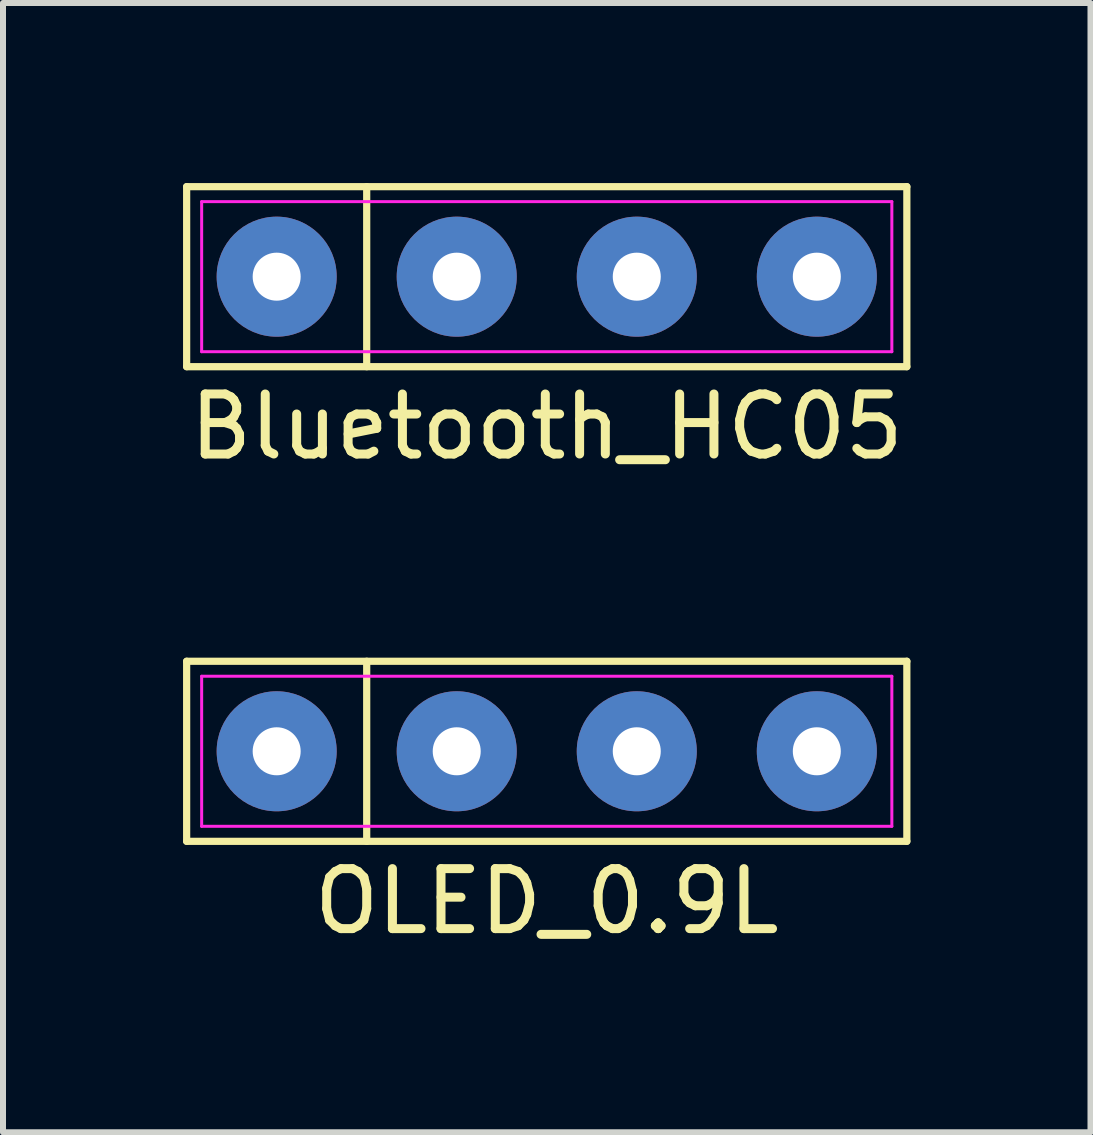
<source format=kicad_pcb>
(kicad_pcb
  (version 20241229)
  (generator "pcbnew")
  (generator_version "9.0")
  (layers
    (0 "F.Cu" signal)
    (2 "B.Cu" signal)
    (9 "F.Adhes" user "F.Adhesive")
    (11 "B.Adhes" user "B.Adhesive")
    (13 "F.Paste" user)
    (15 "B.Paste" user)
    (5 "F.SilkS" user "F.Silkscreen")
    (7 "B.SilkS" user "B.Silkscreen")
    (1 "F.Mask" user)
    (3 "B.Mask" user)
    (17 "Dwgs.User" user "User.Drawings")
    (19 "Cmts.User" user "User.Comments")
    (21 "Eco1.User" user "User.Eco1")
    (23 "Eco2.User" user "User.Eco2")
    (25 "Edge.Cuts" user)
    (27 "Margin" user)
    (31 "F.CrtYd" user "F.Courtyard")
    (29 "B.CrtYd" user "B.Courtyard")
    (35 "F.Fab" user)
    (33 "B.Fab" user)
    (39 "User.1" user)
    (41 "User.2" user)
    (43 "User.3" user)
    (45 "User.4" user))
  (footprint "Bluetooth_HC05"
    (layer "F.Cu")
    (at 6.06 1.56)
    (property "Reference" "Bluetooth_HC05" (at 0 2.5 0) (layer "F.SilkS") (effects (font (size 1 1) (thickness 0.15))))
    (attr through_hole)
    (fp_line (start -6 -1.5) (end 6 -1.5) (stroke (width 0.12) (type solid)) (layer "F.SilkS"))
    (fp_line (start -6 1.5) (end -6 -1.5) (stroke (width 0.12) (type solid)) (layer "F.SilkS"))
    (fp_line (start -3 -1.5) (end -3 1.5) (stroke (width 0.12) (type solid)) (layer "F.SilkS"))
    (fp_line (start 6 -1.5) (end 6 1.5) (stroke (width 0.12) (type solid)) (layer "F.SilkS"))
    (fp_line (start 6 1.5) (end -6 1.5) (stroke (width 0.12) (type solid)) (layer "F.SilkS"))
    (fp_line (start -5.75 -1.25) (end 5.75 -1.25) (stroke (width 0.05) (type solid)) (layer "F.CrtYd"))
    (fp_line (start -5.75 1.25) (end -5.75 -1.25) (stroke (width 0.05) (type solid)) (layer "F.CrtYd"))
    (fp_line (start 5.75 -1.25) (end 5.75 1.25) (stroke (width 0.05) (type solid)) (layer "F.CrtYd"))
    (fp_line (start 5.75 1.25) (end -5.75 1.25) (stroke (width 0.05) (type solid)) (layer "F.CrtYd"))
    (pad "1" thru_hole circle (at -4.5 0) (size 2 2) (drill 0.8) (layers "*.Cu" "*.Mask"))
    (pad "2" thru_hole circle (at -1.5 0) (size 2 2) (drill 0.8) (layers "*.Cu" "*.Mask"))
    (pad "3" thru_hole circle (at 1.5 0) (size 2 2) (drill 0.8) (layers "*.Cu" "*.Mask"))
    (pad "4" thru_hole circle (at 4.5 0) (size 2 2) (drill 0.8) (layers "*.Cu" "*.Mask")))
  (footprint "OLED_0.9L"
    (layer "F.Cu")
    (at 6.06 9.468)
    (property "Reference" "OLED_0.9L" (at 0 2.5 0) (layer "F.SilkS") (effects (font (size 1 1) (thickness 0.15))))
    (attr through_hole)
    (fp_line (start -6 -1.5) (end 6 -1.5) (stroke (width 0.12) (type solid)) (layer "F.SilkS"))
    (fp_line (start -6 1.5) (end -6 -1.5) (stroke (width 0.12) (type solid)) (layer "F.SilkS"))
    (fp_line (start -3 -1.5) (end -3 1.5) (stroke (width 0.12) (type solid)) (layer "F.SilkS"))
    (fp_line (start 6 -1.5) (end 6 1.5) (stroke (width 0.12) (type solid)) (layer "F.SilkS"))
    (fp_line (start 6 1.5) (end -6 1.5) (stroke (width 0.12) (type solid)) (layer "F.SilkS"))
    (fp_line (start -5.75 -1.25) (end 5.75 -1.25) (stroke (width 0.05) (type solid)) (layer "F.CrtYd"))
    (fp_line (start -5.75 1.25) (end -5.75 -1.25) (stroke (width 0.05) (type solid)) (layer "F.CrtYd"))
    (fp_line (start 5.75 -1.25) (end 5.75 1.25) (stroke (width 0.05) (type solid)) (layer "F.CrtYd"))
    (fp_line (start 5.75 1.25) (end -5.75 1.25) (stroke (width 0.05) (type solid)) (layer "F.CrtYd"))
    (pad "1" thru_hole circle (at -4.5 0) (size 2 2) (drill 0.8) (layers "*.Cu" "*.Mask"))
    (pad "2" thru_hole circle (at -1.5 0) (size 2 2) (drill 0.8) (layers "*.Cu" "*.Mask"))
    (pad "3" thru_hole circle (at 1.5 0) (size 2 2) (drill 0.8) (layers "*.Cu" "*.Mask"))
    (pad "4" thru_hole circle (at 4.5 0) (size 2 2) (drill 0.8) (layers "*.Cu" "*.Mask")))
  (gr_rect
    (start -3 -3)
    (end 15.12 15.816)
    (stroke (width 0.1) (type default))
    (fill no)
    (layer "Edge.Cuts")))
</source>
